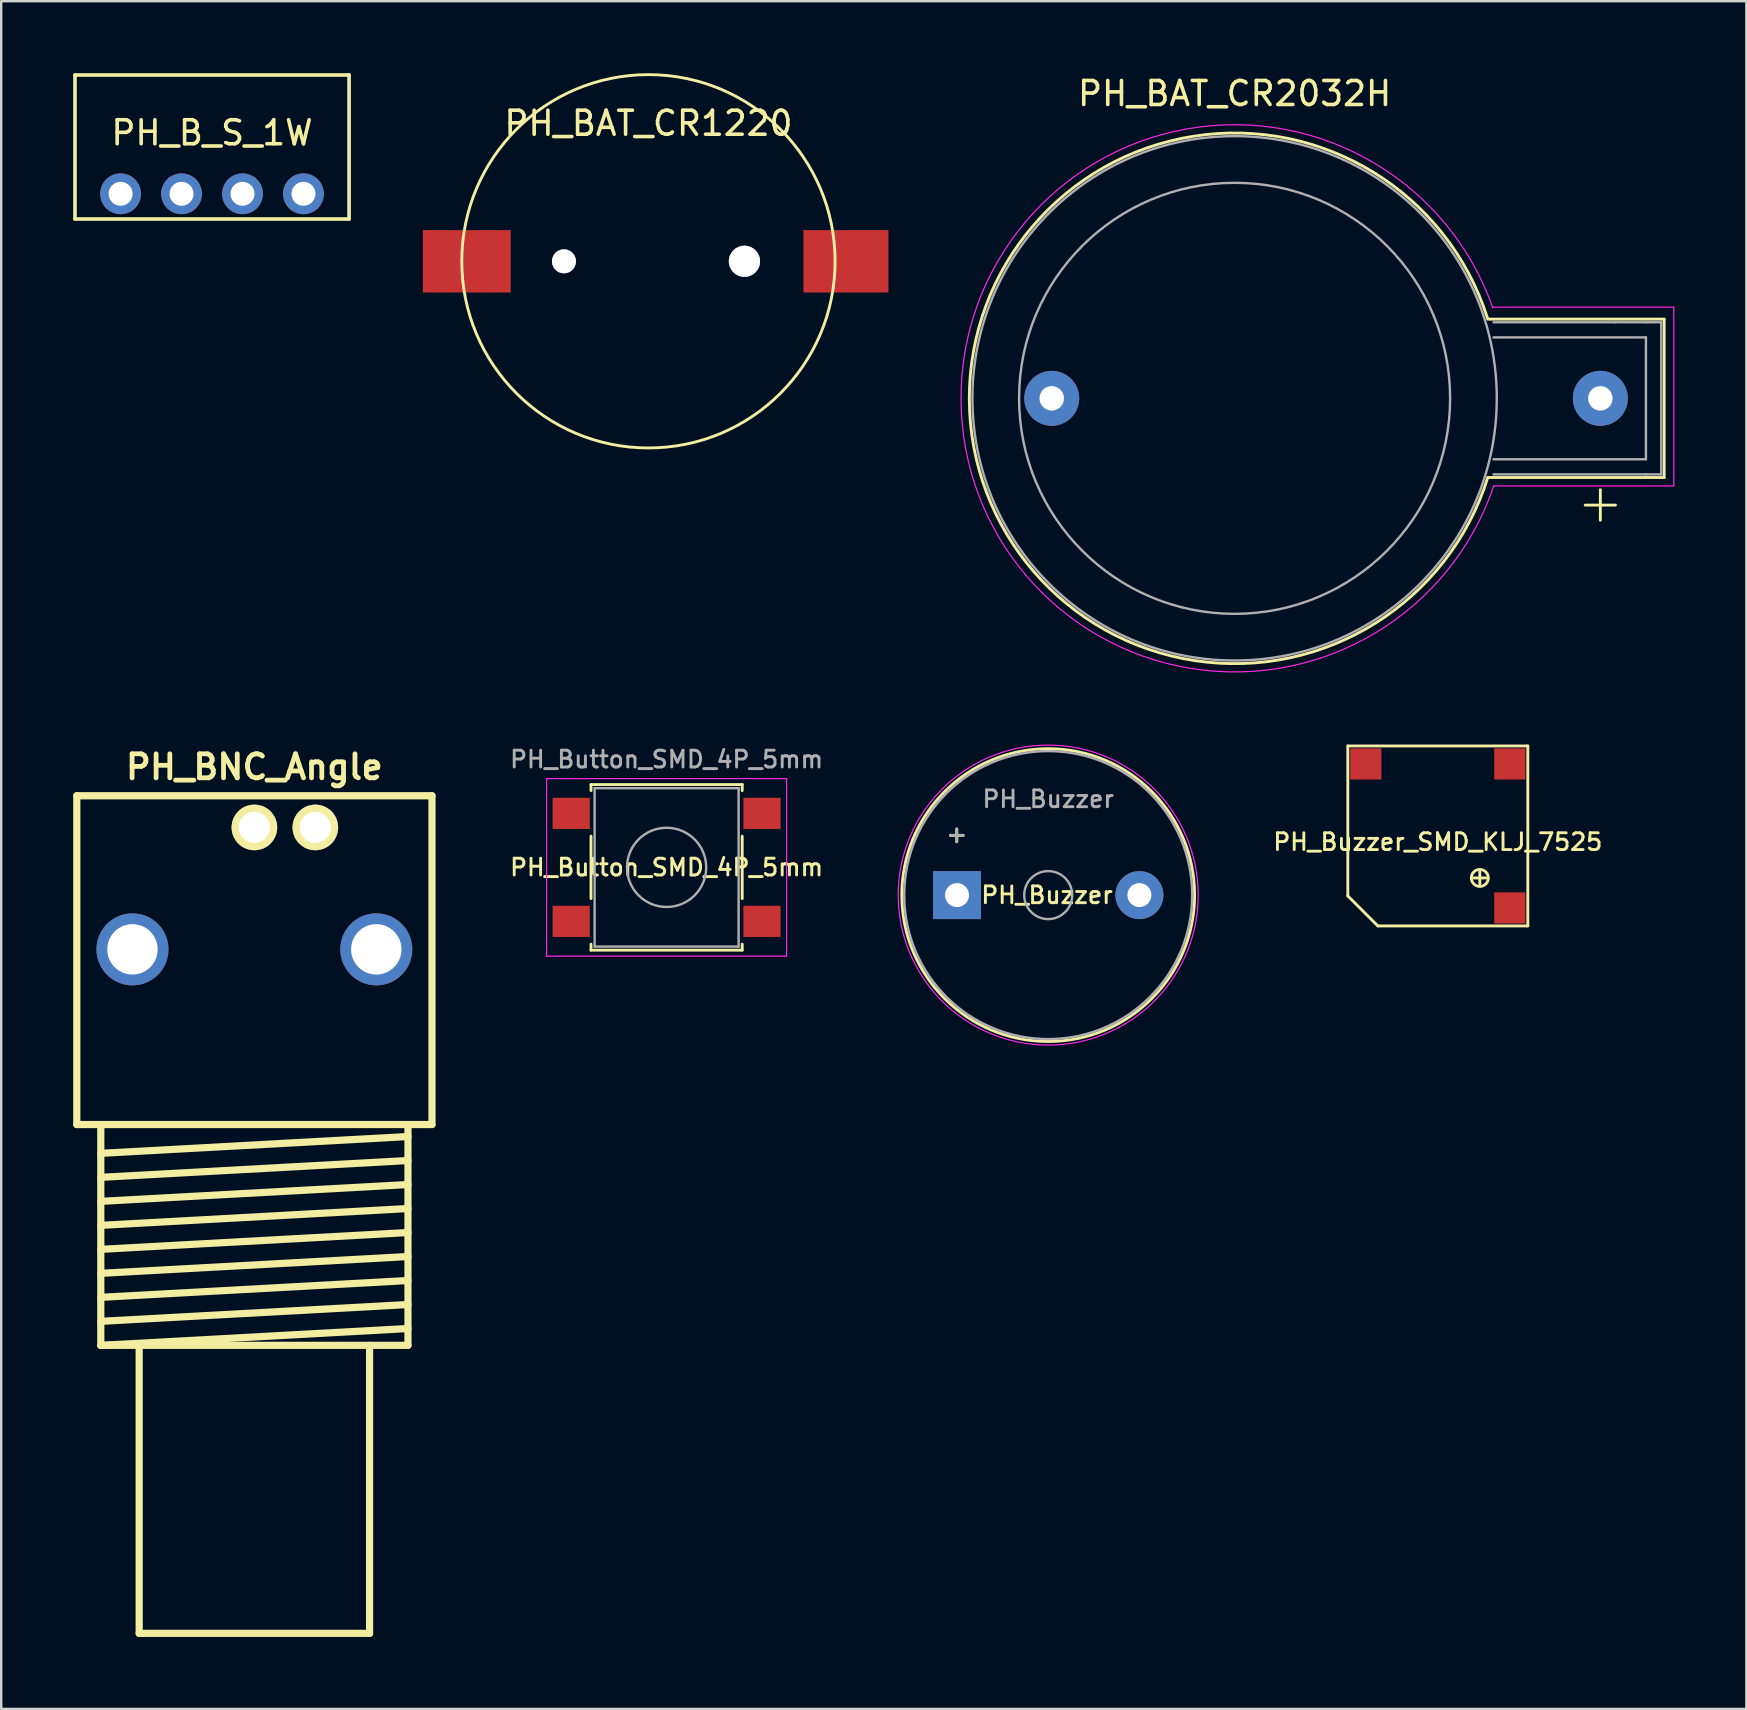
<source format=kicad_pcb>
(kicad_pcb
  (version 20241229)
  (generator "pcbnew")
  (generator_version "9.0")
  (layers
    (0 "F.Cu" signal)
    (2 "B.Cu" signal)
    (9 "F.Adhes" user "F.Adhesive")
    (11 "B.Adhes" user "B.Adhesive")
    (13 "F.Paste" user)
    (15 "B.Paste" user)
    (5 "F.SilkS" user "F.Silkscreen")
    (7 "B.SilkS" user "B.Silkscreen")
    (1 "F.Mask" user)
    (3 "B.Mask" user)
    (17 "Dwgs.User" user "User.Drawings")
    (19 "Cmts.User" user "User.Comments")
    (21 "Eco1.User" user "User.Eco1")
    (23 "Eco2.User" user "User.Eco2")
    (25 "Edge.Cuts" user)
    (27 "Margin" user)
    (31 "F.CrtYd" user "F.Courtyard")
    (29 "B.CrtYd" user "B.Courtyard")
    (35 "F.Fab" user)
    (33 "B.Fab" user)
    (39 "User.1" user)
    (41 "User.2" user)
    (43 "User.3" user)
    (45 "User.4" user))
  (footprint "PH_Buzzer"
    (layer "F.Cu")
    (at 36.828 34.248)
    (property "Reference" "PH_Buzzer" (at 3.75 0 0) (layer "F.SilkS") (effects (font (size 0.7 0.7) (thickness 0.12))))
    (attr through_hole)
    (fp_circle (center 3.8 0) (end 9.9 0) (stroke (width 0.12) (type solid)) (fill no) (layer "F.SilkS"))
    (fp_circle (center 3.8 0) (end 10.05 0) (stroke (width 0.05) (type solid)) (fill no) (layer "F.CrtYd"))
    (fp_circle (center 3.8 0) (end 4.8 0) (stroke (width 0.1) (type solid)) (fill no) (layer "F.Fab"))
    (fp_circle (center 3.8 0) (end 9.8 0) (stroke (width 0.1) (type solid)) (fill no) (layer "F.Fab"))
    (fp_text user "+" (at -0.01 -2.54 0) (layer "F.SilkS") (effects (font (size 0.7 0.7) (thickness 0.12))))
    (fp_text user "+" (at -0.01 -2.54 0) (layer "F.Fab") (effects (font (size 0.7 0.7) (thickness 0.12))))
    (fp_text user "${REFERENCE}" (at 3.8 -4 0) (layer "F.Fab") (effects (font (size 0.7 0.7) (thickness 0.12))))
    (pad "1" thru_hole rect (at 0 0) (size 2 2) (drill 1) (layers "*.Cu" "*.Mask"))
    (pad "2" thru_hole circle (at 7.6 0) (size 2 2) (drill 1) (layers "*.Cu" "*.Mask")))
  (footprint "PH_BAT_CR1220"
    (layer "F.Cu")
    (at 23.97 7.838)
    (property "Reference" "PH_BAT_CR1220" (at 0 -5.75 0) (layer "F.SilkS") (effects (font (size 1 1) (thickness 0.15))))
    (attr through_hole)
    (fp_circle (center 0 0) (end 5.5 5.5) (stroke (width 0.12) (type solid)) (fill no) (layer "F.SilkS"))
    (pad "" thru_hole circle (at -3.52 0) (size 1 1) (drill 1) (layers "*.Cu" "*.Mask"))
    (pad "" thru_hole circle (at 4 0) (size 1.3 1.3) (drill 1.3) (layers "*.Cu" "*.Mask"))
    (pad "1" smd rect (at 8.23 0) (size 3.54 2.6) (layers "F.Cu" "F.Mask" "F.Paste"))
    (pad "2" smd rect (at -7.57 0) (size 3.66 2.6) (layers "F.Cu" "F.Mask" "F.Paste")))
  (footprint "PH_BAT_CR2032H"
    (layer "F.Cu")
    (at 63.635 13.548)
    (property "Reference" "PH_BAT_CR2032H" (at -15.24 -12.7 0) (layer "F.SilkS") (effects (font (size 1 1) (thickness 0.15))))
    (attr through_hole)
    (fp_line (start -4.69 -3.3) (end 2.66 -3.3) (stroke (width 0.12) (type solid)) (layer "F.SilkS"))
    (fp_line (start -0.63 4.45) (end 0.63 4.45) (stroke (width 0.12) (type solid)) (layer "F.SilkS"))
    (fp_line (start 0 3.81) (end 0 5.08) (stroke (width 0.12) (type solid)) (layer "F.SilkS"))
    (fp_line (start 2.66 -3.3) (end 2.66 3.3) (stroke (width 0.12) (type solid)) (layer "F.SilkS"))
    (fp_line (start 2.66 3.3) (end -4.69 3.3) (stroke (width 0.12) (type solid)) (layer "F.SilkS"))
    (fp_arc (start -4.69 3.3) (mid -26.294043 0.02518) (end -4.705144 -3.34803) (stroke (width 0.12) (type solid)) (layer "F.SilkS"))
    (fp_line (start -4.49 -3.8) (end 3.06 -3.8) (stroke (width 0.05) (type solid)) (layer "F.CrtYd"))
    (fp_line (start 3.06 -3.8) (end 3.06 3.65) (stroke (width 0.05) (type solid)) (layer "F.CrtYd"))
    (fp_line (start 3.06 3.65) (end -4.44 3.65) (stroke (width 0.05) (type solid)) (layer "F.CrtYd"))
    (fp_arc (start -4.44 3.65) (mid -26.639924 0.064993) (end -4.482319 -3.772905) (stroke (width 0.05) (type solid)) (layer "F.CrtYd"))
    (fp_line (start -4.45 -3.17) (end 0.63 -3.17) (stroke (width 0.1) (type solid)) (layer "F.Fab"))
    (fp_line (start -4.45 -2.54) (end 1.9 -2.54) (stroke (width 0.1) (type solid)) (layer "F.Fab"))
    (fp_line (start 0.63 -3.17) (end 1.9 -3.17) (stroke (width 0.1) (type solid)) (layer "F.Fab"))
    (fp_line (start 1.9 -3.17) (end 2.54 -3.17) (stroke (width 0.1) (type solid)) (layer "F.Fab"))
    (fp_line (start 1.9 -2.54) (end 1.9 2.54) (stroke (width 0.1) (type solid)) (layer "F.Fab"))
    (fp_line (start 1.9 2.54) (end -4.45 2.54) (stroke (width 0.1) (type solid)) (layer "F.Fab"))
    (fp_line (start 1.9 3.17) (end -4.45 3.17) (stroke (width 0.1) (type solid)) (layer "F.Fab"))
    (fp_line (start 2.54 -3.17) (end 2.54 3.17) (stroke (width 0.1) (type solid)) (layer "F.Fab"))
    (fp_line (start 2.54 3.17) (end 1.9 3.17) (stroke (width 0.1) (type solid)) (layer "F.Fab"))
    (fp_circle (center -15.24 0) (end -16.51 -8.89) (stroke (width 0.1) (type solid)) (fill no) (layer "F.Fab"))
    (fp_circle (center -15.24 0) (end -8.89 8.89) (stroke (width 0.1) (type solid)) (fill no) (layer "F.Fab"))
    (pad "1" thru_hole circle (at 0 0) (size 2.29 2.29) (drill 1.02) (layers "*.Cu" "*.Mask"))
    (pad "2" thru_hole circle (at -22.86 0) (size 2.29 2.29) (drill 1.02) (layers "*.Cu" "*.Mask")))
  (footprint "PH_Button_SMD_4P_5mm"
    (layer "F.Cu")
    (at 24.727 33.093)
    (property "Reference" "PH_Button_SMD_4P_5mm" (at 0 0 0) (layer "F.SilkS") (effects (font (size 0.7 0.7) (thickness 0.12))))
    (attr smd)
    (fp_line (start -3.15 -3.45) (end 3.15 -3.45) (stroke (width 0.12) (type solid)) (layer "F.SilkS"))
    (fp_line (start -3.15 -3.2) (end -3.15 -3.45) (stroke (width 0.12) (type solid)) (layer "F.SilkS"))
    (fp_line (start -3.15 1.3) (end -3.15 -1.3) (stroke (width 0.12) (type solid)) (layer "F.SilkS"))
    (fp_line (start -3.15 3.45) (end -3.15 3.2) (stroke (width 0.12) (type solid)) (layer "F.SilkS"))
    (fp_line (start 3.15 -3.45) (end 3.15 -3.2) (stroke (width 0.12) (type solid)) (layer "F.SilkS"))
    (fp_line (start 3.15 -1.3) (end 3.15 1.3) (stroke (width 0.12) (type solid)) (layer "F.SilkS"))
    (fp_line (start 3.15 3.2) (end 3.15 3.45) (stroke (width 0.12) (type solid)) (layer "F.SilkS"))
    (fp_line (start 3.15 3.45) (end -3.15 3.45) (stroke (width 0.12) (type solid)) (layer "F.SilkS"))
    (fp_line (start -5 -3.7) (end -5 3.7) (stroke (width 0.05) (type solid)) (layer "F.CrtYd"))
    (fp_line (start -5 3.7) (end 5 3.7) (stroke (width 0.05) (type solid)) (layer "F.CrtYd"))
    (fp_line (start 5 -3.7) (end -5 -3.7) (stroke (width 0.05) (type solid)) (layer "F.CrtYd"))
    (fp_line (start 5 3.7) (end 5 -3.7) (stroke (width 0.05) (type solid)) (layer "F.CrtYd"))
    (fp_line (start -3 -3.3) (end 3 -3.3) (stroke (width 0.1) (type solid)) (layer "F.Fab"))
    (fp_line (start -3 3.3) (end -3 -3.3) (stroke (width 0.1) (type solid)) (layer "F.Fab"))
    (fp_line (start 3 -3.3) (end 3 3.3) (stroke (width 0.1) (type solid)) (layer "F.Fab"))
    (fp_line (start 3 3.3) (end -3 3.3) (stroke (width 0.1) (type solid)) (layer "F.Fab"))
    (fp_circle (center 0 0) (end 1.65 0) (stroke (width 0.1) (type solid)) (fill no) (layer "F.Fab"))
    (fp_text user "${REFERENCE}" (at 0 -4.5 0) (layer "F.Fab") (effects (font (size 0.7 0.7) (thickness 0.12))))
    (pad "1" smd rect (at -3.975 -2.25) (size 1.55 1.3) (layers "F.Cu" "F.Mask" "F.Paste"))
    (pad "1" smd rect (at 3.975 -2.25) (size 1.55 1.3) (layers "F.Cu" "F.Mask" "F.Paste"))
    (pad "2" smd rect (at -3.975 2.25) (size 1.55 1.3) (layers "F.Cu" "F.Mask" "F.Paste"))
    (pad "2" smd rect (at 3.975 2.25) (size 1.55 1.3) (layers "F.Cu" "F.Mask" "F.Paste")))
  (footprint "PH_Buzzer_SMD_KLJ_7525"
    (layer "F.Cu")
    (at 56.863 31.783)
    (property "Reference" "PH_Buzzer_SMD_KLJ_7525" (at 0 0.25 0) (layer "F.SilkS") (effects (font (size 0.7 0.7) (thickness 0.12))))
    (attr through_hole)
    (fp_line (start -3.75 -3.75) (end -3.75 2.5) (stroke (width 0.12) (type solid)) (layer "F.SilkS"))
    (fp_line (start -3.75 -3.75) (end 3.75 -3.75) (stroke (width 0.12) (type solid)) (layer "F.SilkS"))
    (fp_line (start -3.75 2.5) (end -2.5 3.75) (stroke (width 0.12) (type solid)) (layer "F.SilkS"))
    (fp_line (start -2.5 3.75) (end 3.75 3.75) (stroke (width 0.12) (type solid)) (layer "F.SilkS"))
    (fp_line (start 1.5 1.75) (end 2 1.75) (stroke (width 0.12) (type solid)) (layer "F.SilkS"))
    (fp_line (start 1.75 1.5) (end 1.75 2) (stroke (width 0.12) (type solid)) (layer "F.SilkS"))
    (fp_line (start 3.75 -3.75) (end 3.75 3.75) (stroke (width 0.12) (type solid)) (layer "F.SilkS"))
    (fp_circle (center 1.75 1.75) (end 2 2) (stroke (width 0.12) (type solid)) (fill no) (layer "F.SilkS"))
    (pad "1" smd rect (at 3 3) (size 1.3 1.3) (layers "F.Cu" "F.Mask" "F.Paste"))
    (pad "2" smd rect (at -3 -3) (size 1.3 1.3) (layers "F.Cu" "F.Mask" "F.Paste"))
    (pad "2" smd rect (at 3 -3) (size 1.3 1.3) (layers "F.Cu" "F.Mask" "F.Paste")))
  (footprint "PH_B_S_1W"
    (layer "F.Cu")
    (at 5.785 5.025)
    (property "Reference" "PH_B_S_1W" (at 0 -2.54 0) (layer "F.SilkS") (effects (font (size 1 1) (thickness 0.15))))
    (attr through_hole)
    (fp_line (start -5.71 -4.95) (end -5.71 1.05) (stroke (width 0.15) (type solid)) (layer "F.SilkS"))
    (fp_line (start -5.71 -4.95) (end 5.71 -4.95) (stroke (width 0.15) (type solid)) (layer "F.SilkS"))
    (fp_line (start -5.71 1.05) (end 5.71 1.05) (stroke (width 0.15) (type solid)) (layer "F.SilkS"))
    (fp_line (start 5.71 -4.95) (end 5.71 1.05) (stroke (width 0.15) (type solid)) (layer "F.SilkS"))
    (pad "1" thru_hole circle (at -3.81 0) (size 1.7 1.7) (drill 1) (layers "*.Cu" "*.Mask"))
    (pad "2" thru_hole circle (at -1.27 0) (size 1.7 1.7) (drill 1) (layers "*.Cu" "*.Mask"))
    (pad "3" thru_hole circle (at 1.27 0) (size 1.7 1.7) (drill 1) (layers "*.Cu" "*.Mask"))
    (pad "4" thru_hole circle (at 3.81 0) (size 1.7 1.7) (drill 1) (layers "*.Cu" "*.Mask")))
  (footprint "PH_BNC_Angle"
    (layer "F.Cu")
    (at 7.55 43.809)
    (property "Reference" "PH_BNC_Angle" (at 0 -14.9 0) (layer "F.SilkS") (effects (font (size 1 1) (thickness 0.2))))
    (attr through_hole)
    (fp_line (start -7.4 -13.7) (end -7.4 0) (stroke (width 0.3) (type solid)) (layer "F.SilkS"))
    (fp_line (start -7.4 -13.7) (end 7.4 -13.7) (stroke (width 0.3) (type solid)) (layer "F.SilkS"))
    (fp_line (start -7.4 0) (end 7.4 0) (stroke (width 0.3) (type solid)) (layer "F.SilkS"))
    (fp_line (start -6.4 1.2) (end 6.4 0.5) (stroke (width 0.3) (type solid)) (layer "F.SilkS"))
    (fp_line (start -6.4 2.2) (end 6.4 1.5) (stroke (width 0.3) (type solid)) (layer "F.SilkS"))
    (fp_line (start -6.4 3.2) (end 6.4 2.5) (stroke (width 0.3) (type solid)) (layer "F.SilkS"))
    (fp_line (start -6.4 4.2) (end 6.4 3.5) (stroke (width 0.3) (type solid)) (layer "F.SilkS"))
    (fp_line (start -6.4 5.2) (end 6.4 4.5) (stroke (width 0.3) (type solid)) (layer "F.SilkS"))
    (fp_line (start -6.4 6.2) (end 6.4 5.5) (stroke (width 0.3) (type solid)) (layer "F.SilkS"))
    (fp_line (start -6.4 7.2) (end 6.4 6.5) (stroke (width 0.3) (type solid)) (layer "F.SilkS"))
    (fp_line (start -6.4 8.2) (end 6.4 7.5) (stroke (width 0.3) (type solid)) (layer "F.SilkS"))
    (fp_line (start -6.4 9.2) (end -6.4 0) (stroke (width 0.3) (type solid)) (layer "F.SilkS"))
    (fp_line (start -6.4 9.2) (end 6.4 8.5) (stroke (width 0.3) (type solid)) (layer "F.SilkS"))
    (fp_line (start -6.4 9.2) (end 6.4 9.2) (stroke (width 0.3) (type solid)) (layer "F.SilkS"))
    (fp_line (start -4.8 21.2) (end -4.8 9.2) (stroke (width 0.3) (type solid)) (layer "F.SilkS"))
    (fp_line (start -4.8 21.2) (end 4.8 21.2) (stroke (width 0.3) (type solid)) (layer "F.SilkS"))
    (fp_line (start 4.8 21.2) (end 4.8 9.2) (stroke (width 0.3) (type solid)) (layer "F.SilkS"))
    (fp_line (start 6.4 9.2) (end 6.4 0) (stroke (width 0.3) (type solid)) (layer "F.SilkS"))
    (fp_line (start 7.4 0) (end 7.4 -13.7) (stroke (width 0.3) (type solid)) (layer "F.SilkS"))
    (pad "" thru_hole circle (at -5.08 -7.3) (size 3 3) (drill 2.1) (layers "*.Cu" "*.Mask"))
    (pad "" thru_hole circle (at 5.08 -7.3) (size 3 3) (drill 2.1) (layers "*.Cu" "*.Mask"))
    (pad "1" thru_hole circle (at 0 -12.38) (size 1.9 1.9) (drill 1.3) (layers "*.Cu" "*.Mask" "F.SilkS"))
    (pad "2" thru_hole circle (at 2.54 -12.38) (size 1.9 1.9) (drill 1.3) (layers "*.Cu" "*.Mask" "F.SilkS")))
  (gr_rect
    (start -3 -3)
    (end 69.72 68.159)
    (stroke (width 0.1) (type default))
    (fill no)
    (layer "Edge.Cuts")))
</source>
